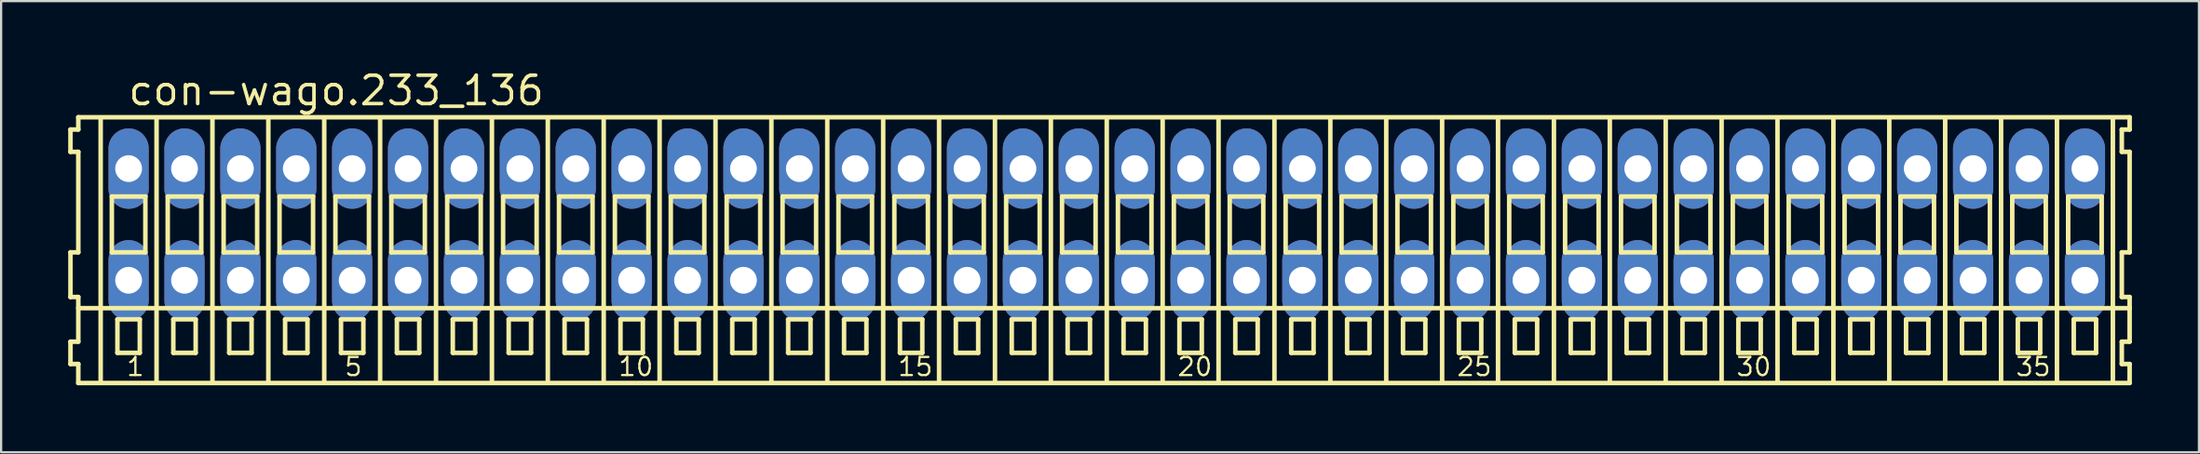
<source format=kicad_pcb>
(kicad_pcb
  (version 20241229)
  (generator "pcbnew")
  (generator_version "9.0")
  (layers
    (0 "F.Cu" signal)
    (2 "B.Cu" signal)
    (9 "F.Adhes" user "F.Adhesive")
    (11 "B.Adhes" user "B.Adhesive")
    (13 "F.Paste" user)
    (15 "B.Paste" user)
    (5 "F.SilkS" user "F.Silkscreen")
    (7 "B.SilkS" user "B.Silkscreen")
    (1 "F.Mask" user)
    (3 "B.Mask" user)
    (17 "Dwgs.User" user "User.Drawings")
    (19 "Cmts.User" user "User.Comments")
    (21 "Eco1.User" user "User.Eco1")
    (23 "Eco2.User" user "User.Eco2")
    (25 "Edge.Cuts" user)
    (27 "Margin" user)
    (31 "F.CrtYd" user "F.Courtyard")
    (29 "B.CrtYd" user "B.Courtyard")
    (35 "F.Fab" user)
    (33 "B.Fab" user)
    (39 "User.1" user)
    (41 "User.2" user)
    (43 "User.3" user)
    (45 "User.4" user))
  (footprint "con-wago.233_136"
    (layer "F.Cu")
    (at 46.452 7)
    (property "Reference" "con-wago.233_136" (at -43.85 -5.25 0) (layer "F.SilkS") (effects (font (size 1.27 1.27) (thickness 0.16)) (justify left bottom)))
    (attr through_hole)
    (fp_line (start -46.35 -4.25) (end -46.35 -3.25) (stroke (width 0.203) (type default)) (layer "F.SilkS"))
    (fp_line (start -46.35 -3.25) (end -46 -3.25) (stroke (width 0.203) (type default)) (layer "F.SilkS"))
    (fp_line (start -46.35 1.25) (end -46.35 3.25) (stroke (width 0.203) (type default)) (layer "F.SilkS"))
    (fp_line (start -46.35 3.25) (end -46 3.25) (stroke (width 0.203) (type default)) (layer "F.SilkS"))
    (fp_line (start -46.35 5.25) (end -46.35 6.25) (stroke (width 0.203) (type default)) (layer "F.SilkS"))
    (fp_line (start -46.35 6.25) (end -46 6.25) (stroke (width 0.203) (type default)) (layer "F.SilkS"))
    (fp_line (start -46 -4.8) (end -46 -4.25) (stroke (width 0.203) (type default)) (layer "F.SilkS"))
    (fp_line (start -46 -4.25) (end -46.35 -4.25) (stroke (width 0.203) (type default)) (layer "F.SilkS"))
    (fp_line (start -46 -3.25) (end -46 1.25) (stroke (width 0.203) (type default)) (layer "F.SilkS"))
    (fp_line (start -46 1.25) (end -46.35 1.25) (stroke (width 0.203) (type default)) (layer "F.SilkS"))
    (fp_line (start -46 3.25) (end -46 5.25) (stroke (width 0.203) (type default)) (layer "F.SilkS"))
    (fp_line (start -46 3.75) (end 45.75 3.75) (stroke (width 0.203) (type default)) (layer "F.SilkS"))
    (fp_line (start -46 5.25) (end -46.35 5.25) (stroke (width 0.203) (type default)) (layer "F.SilkS"))
    (fp_line (start -46 6.25) (end -46 7.1) (stroke (width 0.203) (type default)) (layer "F.SilkS"))
    (fp_line (start -46 7.1) (end 45.75 7.1) (stroke (width 0.203) (type default)) (layer "F.SilkS"))
    (fp_line (start -45 -4.75) (end -45 7) (stroke (width 0.203) (type default)) (layer "F.SilkS"))
    (fp_line (start -44.5 -1.25) (end -44.5 1.25) (stroke (width 0.203) (type default)) (layer "F.SilkS"))
    (fp_line (start -44.5 1.25) (end -43 1.25) (stroke (width 0.203) (type default)) (layer "F.SilkS"))
    (fp_line (start -44.25 4.25) (end -44.25 5.75) (stroke (width 0.203) (type default)) (layer "F.SilkS"))
    (fp_line (start -44.25 5.75) (end -43.25 5.75) (stroke (width 0.203) (type default)) (layer "F.SilkS"))
    (fp_line (start -43.25 4.25) (end -44.25 4.25) (stroke (width 0.203) (type default)) (layer "F.SilkS"))
    (fp_line (start -43.25 5.75) (end -43.25 4.25) (stroke (width 0.203) (type default)) (layer "F.SilkS"))
    (fp_line (start -43 -1.25) (end -44.5 -1.25) (stroke (width 0.203) (type default)) (layer "F.SilkS"))
    (fp_line (start -43 1.25) (end -43 -1.25) (stroke (width 0.203) (type default)) (layer "F.SilkS"))
    (fp_line (start -42.5 -4.75) (end -42.5 7) (stroke (width 0.203) (type default)) (layer "F.SilkS"))
    (fp_line (start -42 -1.25) (end -42 1.25) (stroke (width 0.203) (type default)) (layer "F.SilkS"))
    (fp_line (start -42 1.25) (end -40.5 1.25) (stroke (width 0.203) (type default)) (layer "F.SilkS"))
    (fp_line (start -41.75 4.25) (end -41.75 5.75) (stroke (width 0.203) (type default)) (layer "F.SilkS"))
    (fp_line (start -41.75 5.75) (end -40.75 5.75) (stroke (width 0.203) (type default)) (layer "F.SilkS"))
    (fp_line (start -40.75 4.25) (end -41.75 4.25) (stroke (width 0.203) (type default)) (layer "F.SilkS"))
    (fp_line (start -40.75 5.75) (end -40.75 4.25) (stroke (width 0.203) (type default)) (layer "F.SilkS"))
    (fp_line (start -40.5 -1.25) (end -42 -1.25) (stroke (width 0.203) (type default)) (layer "F.SilkS"))
    (fp_line (start -40.5 1.25) (end -40.5 -1.25) (stroke (width 0.203) (type default)) (layer "F.SilkS"))
    (fp_line (start -40 -4.75) (end -40 7) (stroke (width 0.203) (type default)) (layer "F.SilkS"))
    (fp_line (start -39.5 -1.25) (end -39.5 1.25) (stroke (width 0.203) (type default)) (layer "F.SilkS"))
    (fp_line (start -39.5 1.25) (end -38 1.25) (stroke (width 0.203) (type default)) (layer "F.SilkS"))
    (fp_line (start -39.25 4.25) (end -39.25 5.75) (stroke (width 0.203) (type default)) (layer "F.SilkS"))
    (fp_line (start -39.25 5.75) (end -38.25 5.75) (stroke (width 0.203) (type default)) (layer "F.SilkS"))
    (fp_line (start -38.25 4.25) (end -39.25 4.25) (stroke (width 0.203) (type default)) (layer "F.SilkS"))
    (fp_line (start -38.25 5.75) (end -38.25 4.25) (stroke (width 0.203) (type default)) (layer "F.SilkS"))
    (fp_line (start -38 -1.25) (end -39.5 -1.25) (stroke (width 0.203) (type default)) (layer "F.SilkS"))
    (fp_line (start -38 1.25) (end -38 -1.25) (stroke (width 0.203) (type default)) (layer "F.SilkS"))
    (fp_line (start -37.5 -4.75) (end -37.5 7) (stroke (width 0.203) (type default)) (layer "F.SilkS"))
    (fp_line (start -37 -1.25) (end -37 1.25) (stroke (width 0.203) (type default)) (layer "F.SilkS"))
    (fp_line (start -37 1.25) (end -35.5 1.25) (stroke (width 0.203) (type default)) (layer "F.SilkS"))
    (fp_line (start -36.75 4.25) (end -36.75 5.75) (stroke (width 0.203) (type default)) (layer "F.SilkS"))
    (fp_line (start -36.75 5.75) (end -35.75 5.75) (stroke (width 0.203) (type default)) (layer "F.SilkS"))
    (fp_line (start -35.75 4.25) (end -36.75 4.25) (stroke (width 0.203) (type default)) (layer "F.SilkS"))
    (fp_line (start -35.75 5.75) (end -35.75 4.25) (stroke (width 0.203) (type default)) (layer "F.SilkS"))
    (fp_line (start -35.5 -1.25) (end -37 -1.25) (stroke (width 0.203) (type default)) (layer "F.SilkS"))
    (fp_line (start -35.5 1.25) (end -35.5 -1.25) (stroke (width 0.203) (type default)) (layer "F.SilkS"))
    (fp_line (start -35 -4.75) (end -35 7) (stroke (width 0.203) (type default)) (layer "F.SilkS"))
    (fp_line (start -34.5 -1.25) (end -34.5 1.25) (stroke (width 0.203) (type default)) (layer "F.SilkS"))
    (fp_line (start -34.5 1.25) (end -33 1.25) (stroke (width 0.203) (type default)) (layer "F.SilkS"))
    (fp_line (start -34.25 4.25) (end -34.25 5.75) (stroke (width 0.203) (type default)) (layer "F.SilkS"))
    (fp_line (start -34.25 5.75) (end -33.25 5.75) (stroke (width 0.203) (type default)) (layer "F.SilkS"))
    (fp_line (start -33.25 4.25) (end -34.25 4.25) (stroke (width 0.203) (type default)) (layer "F.SilkS"))
    (fp_line (start -33.25 5.75) (end -33.25 4.25) (stroke (width 0.203) (type default)) (layer "F.SilkS"))
    (fp_line (start -33 -1.25) (end -34.5 -1.25) (stroke (width 0.203) (type default)) (layer "F.SilkS"))
    (fp_line (start -33 1.25) (end -33 -1.25) (stroke (width 0.203) (type default)) (layer "F.SilkS"))
    (fp_line (start -32.5 -4.75) (end -32.5 7) (stroke (width 0.203) (type default)) (layer "F.SilkS"))
    (fp_line (start -32 -1.25) (end -32 1.25) (stroke (width 0.203) (type default)) (layer "F.SilkS"))
    (fp_line (start -32 1.25) (end -30.5 1.25) (stroke (width 0.203) (type default)) (layer "F.SilkS"))
    (fp_line (start -31.75 4.25) (end -31.75 5.75) (stroke (width 0.203) (type default)) (layer "F.SilkS"))
    (fp_line (start -31.75 5.75) (end -30.75 5.75) (stroke (width 0.203) (type default)) (layer "F.SilkS"))
    (fp_line (start -30.75 4.25) (end -31.75 4.25) (stroke (width 0.203) (type default)) (layer "F.SilkS"))
    (fp_line (start -30.75 5.75) (end -30.75 4.25) (stroke (width 0.203) (type default)) (layer "F.SilkS"))
    (fp_line (start -30.5 -1.25) (end -32 -1.25) (stroke (width 0.203) (type default)) (layer "F.SilkS"))
    (fp_line (start -30.5 1.25) (end -30.5 -1.25) (stroke (width 0.203) (type default)) (layer "F.SilkS"))
    (fp_line (start -30 -4.75) (end -30 7) (stroke (width 0.203) (type default)) (layer "F.SilkS"))
    (fp_line (start -29.5 -1.25) (end -29.5 1.25) (stroke (width 0.203) (type default)) (layer "F.SilkS"))
    (fp_line (start -29.5 1.25) (end -28 1.25) (stroke (width 0.203) (type default)) (layer "F.SilkS"))
    (fp_line (start -29.25 4.25) (end -29.25 5.75) (stroke (width 0.203) (type default)) (layer "F.SilkS"))
    (fp_line (start -29.25 5.75) (end -28.25 5.75) (stroke (width 0.203) (type default)) (layer "F.SilkS"))
    (fp_line (start -28.25 4.25) (end -29.25 4.25) (stroke (width 0.203) (type default)) (layer "F.SilkS"))
    (fp_line (start -28.25 5.75) (end -28.25 4.25) (stroke (width 0.203) (type default)) (layer "F.SilkS"))
    (fp_line (start -28 -1.25) (end -29.5 -1.25) (stroke (width 0.203) (type default)) (layer "F.SilkS"))
    (fp_line (start -28 1.25) (end -28 -1.25) (stroke (width 0.203) (type default)) (layer "F.SilkS"))
    (fp_line (start -27.5 -4.75) (end -27.5 7) (stroke (width 0.203) (type default)) (layer "F.SilkS"))
    (fp_line (start -27 -1.25) (end -27 1.25) (stroke (width 0.203) (type default)) (layer "F.SilkS"))
    (fp_line (start -27 1.25) (end -25.5 1.25) (stroke (width 0.203) (type default)) (layer "F.SilkS"))
    (fp_line (start -26.75 4.25) (end -26.75 5.75) (stroke (width 0.203) (type default)) (layer "F.SilkS"))
    (fp_line (start -26.75 5.75) (end -25.75 5.75) (stroke (width 0.203) (type default)) (layer "F.SilkS"))
    (fp_line (start -25.75 4.25) (end -26.75 4.25) (stroke (width 0.203) (type default)) (layer "F.SilkS"))
    (fp_line (start -25.75 5.75) (end -25.75 4.25) (stroke (width 0.203) (type default)) (layer "F.SilkS"))
    (fp_line (start -25.5 -1.25) (end -27 -1.25) (stroke (width 0.203) (type default)) (layer "F.SilkS"))
    (fp_line (start -25.5 1.25) (end -25.5 -1.25) (stroke (width 0.203) (type default)) (layer "F.SilkS"))
    (fp_line (start -25 -4.75) (end -25 7) (stroke (width 0.203) (type default)) (layer "F.SilkS"))
    (fp_line (start -24.5 -1.25) (end -24.5 1.25) (stroke (width 0.203) (type default)) (layer "F.SilkS"))
    (fp_line (start -24.5 1.25) (end -23 1.25) (stroke (width 0.203) (type default)) (layer "F.SilkS"))
    (fp_line (start -24.25 4.25) (end -24.25 5.75) (stroke (width 0.203) (type default)) (layer "F.SilkS"))
    (fp_line (start -24.25 5.75) (end -23.25 5.75) (stroke (width 0.203) (type default)) (layer "F.SilkS"))
    (fp_line (start -23.25 4.25) (end -24.25 4.25) (stroke (width 0.203) (type default)) (layer "F.SilkS"))
    (fp_line (start -23.25 5.75) (end -23.25 4.25) (stroke (width 0.203) (type default)) (layer "F.SilkS"))
    (fp_line (start -23 -1.25) (end -24.5 -1.25) (stroke (width 0.203) (type default)) (layer "F.SilkS"))
    (fp_line (start -23 1.25) (end -23 -1.25) (stroke (width 0.203) (type default)) (layer "F.SilkS"))
    (fp_line (start -22.5 -4.75) (end -22.5 7) (stroke (width 0.203) (type default)) (layer "F.SilkS"))
    (fp_line (start -22 -1.25) (end -22 1.25) (stroke (width 0.203) (type default)) (layer "F.SilkS"))
    (fp_line (start -22 1.25) (end -20.5 1.25) (stroke (width 0.203) (type default)) (layer "F.SilkS"))
    (fp_line (start -21.75 4.25) (end -21.75 5.75) (stroke (width 0.203) (type default)) (layer "F.SilkS"))
    (fp_line (start -21.75 5.75) (end -20.75 5.75) (stroke (width 0.203) (type default)) (layer "F.SilkS"))
    (fp_line (start -20.75 4.25) (end -21.75 4.25) (stroke (width 0.203) (type default)) (layer "F.SilkS"))
    (fp_line (start -20.75 5.75) (end -20.75 4.25) (stroke (width 0.203) (type default)) (layer "F.SilkS"))
    (fp_line (start -20.5 -1.25) (end -22 -1.25) (stroke (width 0.203) (type default)) (layer "F.SilkS"))
    (fp_line (start -20.5 1.25) (end -20.5 -1.25) (stroke (width 0.203) (type default)) (layer "F.SilkS"))
    (fp_line (start -20 -4.75) (end -20 7) (stroke (width 0.203) (type default)) (layer "F.SilkS"))
    (fp_line (start -19.5 -1.25) (end -19.5 1.25) (stroke (width 0.203) (type default)) (layer "F.SilkS"))
    (fp_line (start -19.5 1.25) (end -18 1.25) (stroke (width 0.203) (type default)) (layer "F.SilkS"))
    (fp_line (start -19.25 4.25) (end -19.25 5.75) (stroke (width 0.203) (type default)) (layer "F.SilkS"))
    (fp_line (start -19.25 5.75) (end -18.25 5.75) (stroke (width 0.203) (type default)) (layer "F.SilkS"))
    (fp_line (start -18.25 4.25) (end -19.25 4.25) (stroke (width 0.203) (type default)) (layer "F.SilkS"))
    (fp_line (start -18.25 5.75) (end -18.25 4.25) (stroke (width 0.203) (type default)) (layer "F.SilkS"))
    (fp_line (start -18 -1.25) (end -19.5 -1.25) (stroke (width 0.203) (type default)) (layer "F.SilkS"))
    (fp_line (start -18 1.25) (end -18 -1.25) (stroke (width 0.203) (type default)) (layer "F.SilkS"))
    (fp_line (start -17.5 -4.75) (end -17.5 7) (stroke (width 0.203) (type default)) (layer "F.SilkS"))
    (fp_line (start -17 -1.25) (end -17 1.25) (stroke (width 0.203) (type default)) (layer "F.SilkS"))
    (fp_line (start -17 1.25) (end -15.5 1.25) (stroke (width 0.203) (type default)) (layer "F.SilkS"))
    (fp_line (start -16.75 4.25) (end -16.75 5.75) (stroke (width 0.203) (type default)) (layer "F.SilkS"))
    (fp_line (start -16.75 5.75) (end -15.75 5.75) (stroke (width 0.203) (type default)) (layer "F.SilkS"))
    (fp_line (start -15.75 4.25) (end -16.75 4.25) (stroke (width 0.203) (type default)) (layer "F.SilkS"))
    (fp_line (start -15.75 5.75) (end -15.75 4.25) (stroke (width 0.203) (type default)) (layer "F.SilkS"))
    (fp_line (start -15.5 -1.25) (end -17 -1.25) (stroke (width 0.203) (type default)) (layer "F.SilkS"))
    (fp_line (start -15.5 1.25) (end -15.5 -1.25) (stroke (width 0.203) (type default)) (layer "F.SilkS"))
    (fp_line (start -15 -4.75) (end -15 7) (stroke (width 0.203) (type default)) (layer "F.SilkS"))
    (fp_line (start -14.5 -1.25) (end -14.5 1.25) (stroke (width 0.203) (type default)) (layer "F.SilkS"))
    (fp_line (start -14.5 1.25) (end -13 1.25) (stroke (width 0.203) (type default)) (layer "F.SilkS"))
    (fp_line (start -14.25 4.25) (end -14.25 5.75) (stroke (width 0.203) (type default)) (layer "F.SilkS"))
    (fp_line (start -14.25 5.75) (end -13.25 5.75) (stroke (width 0.203) (type default)) (layer "F.SilkS"))
    (fp_line (start -13.25 4.25) (end -14.25 4.25) (stroke (width 0.203) (type default)) (layer "F.SilkS"))
    (fp_line (start -13.25 5.75) (end -13.25 4.25) (stroke (width 0.203) (type default)) (layer "F.SilkS"))
    (fp_line (start -13 -1.25) (end -14.5 -1.25) (stroke (width 0.203) (type default)) (layer "F.SilkS"))
    (fp_line (start -13 1.25) (end -13 -1.25) (stroke (width 0.203) (type default)) (layer "F.SilkS"))
    (fp_line (start -12.5 -4.75) (end -12.5 7) (stroke (width 0.203) (type default)) (layer "F.SilkS"))
    (fp_line (start -12 -1.25) (end -12 1.25) (stroke (width 0.203) (type default)) (layer "F.SilkS"))
    (fp_line (start -12 1.25) (end -10.5 1.25) (stroke (width 0.203) (type default)) (layer "F.SilkS"))
    (fp_line (start -11.75 4.25) (end -11.75 5.75) (stroke (width 0.203) (type default)) (layer "F.SilkS"))
    (fp_line (start -11.75 5.75) (end -10.75 5.75) (stroke (width 0.203) (type default)) (layer "F.SilkS"))
    (fp_line (start -10.75 4.25) (end -11.75 4.25) (stroke (width 0.203) (type default)) (layer "F.SilkS"))
    (fp_line (start -10.75 5.75) (end -10.75 4.25) (stroke (width 0.203) (type default)) (layer "F.SilkS"))
    (fp_line (start -10.5 -1.25) (end -12 -1.25) (stroke (width 0.203) (type default)) (layer "F.SilkS"))
    (fp_line (start -10.5 1.25) (end -10.5 -1.25) (stroke (width 0.203) (type default)) (layer "F.SilkS"))
    (fp_line (start -10 -4.75) (end -10 7) (stroke (width 0.203) (type default)) (layer "F.SilkS"))
    (fp_line (start -9.5 -1.25) (end -9.5 1.25) (stroke (width 0.203) (type default)) (layer "F.SilkS"))
    (fp_line (start -9.5 1.25) (end -8 1.25) (stroke (width 0.203) (type default)) (layer "F.SilkS"))
    (fp_line (start -9.25 4.25) (end -9.25 5.75) (stroke (width 0.203) (type default)) (layer "F.SilkS"))
    (fp_line (start -9.25 5.75) (end -8.25 5.75) (stroke (width 0.203) (type default)) (layer "F.SilkS"))
    (fp_line (start -8.25 4.25) (end -9.25 4.25) (stroke (width 0.203) (type default)) (layer "F.SilkS"))
    (fp_line (start -8.25 5.75) (end -8.25 4.25) (stroke (width 0.203) (type default)) (layer "F.SilkS"))
    (fp_line (start -8 -1.25) (end -9.5 -1.25) (stroke (width 0.203) (type default)) (layer "F.SilkS"))
    (fp_line (start -8 1.25) (end -8 -1.25) (stroke (width 0.203) (type default)) (layer "F.SilkS"))
    (fp_line (start -7.5 -4.75) (end -7.5 7) (stroke (width 0.203) (type default)) (layer "F.SilkS"))
    (fp_line (start -7 -1.25) (end -7 1.25) (stroke (width 0.203) (type default)) (layer "F.SilkS"))
    (fp_line (start -7 1.25) (end -5.5 1.25) (stroke (width 0.203) (type default)) (layer "F.SilkS"))
    (fp_line (start -6.75 4.25) (end -6.75 5.75) (stroke (width 0.203) (type default)) (layer "F.SilkS"))
    (fp_line (start -6.75 5.75) (end -5.75 5.75) (stroke (width 0.203) (type default)) (layer "F.SilkS"))
    (fp_line (start -5.75 4.25) (end -6.75 4.25) (stroke (width 0.203) (type default)) (layer "F.SilkS"))
    (fp_line (start -5.75 5.75) (end -5.75 4.25) (stroke (width 0.203) (type default)) (layer "F.SilkS"))
    (fp_line (start -5.5 -1.25) (end -7 -1.25) (stroke (width 0.203) (type default)) (layer "F.SilkS"))
    (fp_line (start -5.5 1.25) (end -5.5 -1.25) (stroke (width 0.203) (type default)) (layer "F.SilkS"))
    (fp_line (start -5 -4.75) (end -5 7) (stroke (width 0.203) (type default)) (layer "F.SilkS"))
    (fp_line (start -4.5 -1.25) (end -4.5 1.25) (stroke (width 0.203) (type default)) (layer "F.SilkS"))
    (fp_line (start -4.5 1.25) (end -3 1.25) (stroke (width 0.203) (type default)) (layer "F.SilkS"))
    (fp_line (start -4.25 4.25) (end -4.25 5.75) (stroke (width 0.203) (type default)) (layer "F.SilkS"))
    (fp_line (start -4.25 5.75) (end -3.25 5.75) (stroke (width 0.203) (type default)) (layer "F.SilkS"))
    (fp_line (start -3.25 4.25) (end -4.25 4.25) (stroke (width 0.203) (type default)) (layer "F.SilkS"))
    (fp_line (start -3.25 5.75) (end -3.25 4.25) (stroke (width 0.203) (type default)) (layer "F.SilkS"))
    (fp_line (start -3 -1.25) (end -4.5 -1.25) (stroke (width 0.203) (type default)) (layer "F.SilkS"))
    (fp_line (start -3 1.25) (end -3 -1.25) (stroke (width 0.203) (type default)) (layer "F.SilkS"))
    (fp_line (start -2.5 -4.75) (end -2.5 7) (stroke (width 0.203) (type default)) (layer "F.SilkS"))
    (fp_line (start -2 -1.25) (end -2 1.25) (stroke (width 0.203) (type default)) (layer "F.SilkS"))
    (fp_line (start -2 1.25) (end -0.5 1.25) (stroke (width 0.203) (type default)) (layer "F.SilkS"))
    (fp_line (start -1.75 4.25) (end -1.75 5.75) (stroke (width 0.203) (type default)) (layer "F.SilkS"))
    (fp_line (start -1.75 5.75) (end -0.75 5.75) (stroke (width 0.203) (type default)) (layer "F.SilkS"))
    (fp_line (start -0.75 4.25) (end -1.75 4.25) (stroke (width 0.203) (type default)) (layer "F.SilkS"))
    (fp_line (start -0.75 5.75) (end -0.75 4.25) (stroke (width 0.203) (type default)) (layer "F.SilkS"))
    (fp_line (start -0.5 -1.25) (end -2 -1.25) (stroke (width 0.203) (type default)) (layer "F.SilkS"))
    (fp_line (start -0.5 1.25) (end -0.5 -1.25) (stroke (width 0.203) (type default)) (layer "F.SilkS"))
    (fp_line (start 0 -4.75) (end 0 7) (stroke (width 0.203) (type default)) (layer "F.SilkS"))
    (fp_line (start 0.5 -1.25) (end 0.5 1.25) (stroke (width 0.203) (type default)) (layer "F.SilkS"))
    (fp_line (start 0.5 1.25) (end 2 1.25) (stroke (width 0.203) (type default)) (layer "F.SilkS"))
    (fp_line (start 0.75 4.25) (end 0.75 5.75) (stroke (width 0.203) (type default)) (layer "F.SilkS"))
    (fp_line (start 0.75 5.75) (end 1.75 5.75) (stroke (width 0.203) (type default)) (layer "F.SilkS"))
    (fp_line (start 1.75 4.25) (end 0.75 4.25) (stroke (width 0.203) (type default)) (layer "F.SilkS"))
    (fp_line (start 1.75 5.75) (end 1.75 4.25) (stroke (width 0.203) (type default)) (layer "F.SilkS"))
    (fp_line (start 2 -1.25) (end 0.5 -1.25) (stroke (width 0.203) (type default)) (layer "F.SilkS"))
    (fp_line (start 2 1.25) (end 2 -1.25) (stroke (width 0.203) (type default)) (layer "F.SilkS"))
    (fp_line (start 2.5 -4.75) (end 2.5 7) (stroke (width 0.203) (type default)) (layer "F.SilkS"))
    (fp_line (start 3 -1.25) (end 3 1.25) (stroke (width 0.203) (type default)) (layer "F.SilkS"))
    (fp_line (start 3 1.25) (end 4.5 1.25) (stroke (width 0.203) (type default)) (layer "F.SilkS"))
    (fp_line (start 3.25 4.25) (end 3.25 5.75) (stroke (width 0.203) (type default)) (layer "F.SilkS"))
    (fp_line (start 3.25 5.75) (end 4.25 5.75) (stroke (width 0.203) (type default)) (layer "F.SilkS"))
    (fp_line (start 4.25 4.25) (end 3.25 4.25) (stroke (width 0.203) (type default)) (layer "F.SilkS"))
    (fp_line (start 4.25 5.75) (end 4.25 4.25) (stroke (width 0.203) (type default)) (layer "F.SilkS"))
    (fp_line (start 4.5 -1.25) (end 3 -1.25) (stroke (width 0.203) (type default)) (layer "F.SilkS"))
    (fp_line (start 4.5 1.25) (end 4.5 -1.25) (stroke (width 0.203) (type default)) (layer "F.SilkS"))
    (fp_line (start 5 -4.75) (end 5 7) (stroke (width 0.203) (type default)) (layer "F.SilkS"))
    (fp_line (start 5.5 -1.25) (end 5.5 1.25) (stroke (width 0.203) (type default)) (layer "F.SilkS"))
    (fp_line (start 5.5 1.25) (end 7 1.25) (stroke (width 0.203) (type default)) (layer "F.SilkS"))
    (fp_line (start 5.75 4.25) (end 5.75 5.75) (stroke (width 0.203) (type default)) (layer "F.SilkS"))
    (fp_line (start 5.75 5.75) (end 6.75 5.75) (stroke (width 0.203) (type default)) (layer "F.SilkS"))
    (fp_line (start 6.75 4.25) (end 5.75 4.25) (stroke (width 0.203) (type default)) (layer "F.SilkS"))
    (fp_line (start 6.75 5.75) (end 6.75 4.25) (stroke (width 0.203) (type default)) (layer "F.SilkS"))
    (fp_line (start 7 -1.25) (end 5.5 -1.25) (stroke (width 0.203) (type default)) (layer "F.SilkS"))
    (fp_line (start 7 1.25) (end 7 -1.25) (stroke (width 0.203) (type default)) (layer "F.SilkS"))
    (fp_line (start 7.5 -4.75) (end 7.5 7) (stroke (width 0.203) (type default)) (layer "F.SilkS"))
    (fp_line (start 8 -1.25) (end 8 1.25) (stroke (width 0.203) (type default)) (layer "F.SilkS"))
    (fp_line (start 8 1.25) (end 9.5 1.25) (stroke (width 0.203) (type default)) (layer "F.SilkS"))
    (fp_line (start 8.25 4.25) (end 8.25 5.75) (stroke (width 0.203) (type default)) (layer "F.SilkS"))
    (fp_line (start 8.25 5.75) (end 9.25 5.75) (stroke (width 0.203) (type default)) (layer "F.SilkS"))
    (fp_line (start 9.25 4.25) (end 8.25 4.25) (stroke (width 0.203) (type default)) (layer "F.SilkS"))
    (fp_line (start 9.25 5.75) (end 9.25 4.25) (stroke (width 0.203) (type default)) (layer "F.SilkS"))
    (fp_line (start 9.5 -1.25) (end 8 -1.25) (stroke (width 0.203) (type default)) (layer "F.SilkS"))
    (fp_line (start 9.5 1.25) (end 9.5 -1.25) (stroke (width 0.203) (type default)) (layer "F.SilkS"))
    (fp_line (start 10 -4.75) (end 10 7) (stroke (width 0.203) (type default)) (layer "F.SilkS"))
    (fp_line (start 10.5 -1.25) (end 10.5 1.25) (stroke (width 0.203) (type default)) (layer "F.SilkS"))
    (fp_line (start 10.5 1.25) (end 12 1.25) (stroke (width 0.203) (type default)) (layer "F.SilkS"))
    (fp_line (start 10.75 4.25) (end 10.75 5.75) (stroke (width 0.203) (type default)) (layer "F.SilkS"))
    (fp_line (start 10.75 5.75) (end 11.75 5.75) (stroke (width 0.203) (type default)) (layer "F.SilkS"))
    (fp_line (start 11.75 4.25) (end 10.75 4.25) (stroke (width 0.203) (type default)) (layer "F.SilkS"))
    (fp_line (start 11.75 5.75) (end 11.75 4.25) (stroke (width 0.203) (type default)) (layer "F.SilkS"))
    (fp_line (start 12 -1.25) (end 10.5 -1.25) (stroke (width 0.203) (type default)) (layer "F.SilkS"))
    (fp_line (start 12 1.25) (end 12 -1.25) (stroke (width 0.203) (type default)) (layer "F.SilkS"))
    (fp_line (start 12.5 -4.75) (end 12.5 7) (stroke (width 0.203) (type default)) (layer "F.SilkS"))
    (fp_line (start 13 -1.25) (end 13 1.25) (stroke (width 0.203) (type default)) (layer "F.SilkS"))
    (fp_line (start 13 1.25) (end 14.5 1.25) (stroke (width 0.203) (type default)) (layer "F.SilkS"))
    (fp_line (start 13.25 4.25) (end 13.25 5.75) (stroke (width 0.203) (type default)) (layer "F.SilkS"))
    (fp_line (start 13.25 5.75) (end 14.25 5.75) (stroke (width 0.203) (type default)) (layer "F.SilkS"))
    (fp_line (start 14.25 4.25) (end 13.25 4.25) (stroke (width 0.203) (type default)) (layer "F.SilkS"))
    (fp_line (start 14.25 5.75) (end 14.25 4.25) (stroke (width 0.203) (type default)) (layer "F.SilkS"))
    (fp_line (start 14.5 -1.25) (end 13 -1.25) (stroke (width 0.203) (type default)) (layer "F.SilkS"))
    (fp_line (start 14.5 1.25) (end 14.5 -1.25) (stroke (width 0.203) (type default)) (layer "F.SilkS"))
    (fp_line (start 15 -4.75) (end 15 7) (stroke (width 0.203) (type default)) (layer "F.SilkS"))
    (fp_line (start 15.5 -1.25) (end 15.5 1.25) (stroke (width 0.203) (type default)) (layer "F.SilkS"))
    (fp_line (start 15.5 1.25) (end 17 1.25) (stroke (width 0.203) (type default)) (layer "F.SilkS"))
    (fp_line (start 15.75 4.25) (end 15.75 5.75) (stroke (width 0.203) (type default)) (layer "F.SilkS"))
    (fp_line (start 15.75 5.75) (end 16.75 5.75) (stroke (width 0.203) (type default)) (layer "F.SilkS"))
    (fp_line (start 16.75 4.25) (end 15.75 4.25) (stroke (width 0.203) (type default)) (layer "F.SilkS"))
    (fp_line (start 16.75 5.75) (end 16.75 4.25) (stroke (width 0.203) (type default)) (layer "F.SilkS"))
    (fp_line (start 17 -1.25) (end 15.5 -1.25) (stroke (width 0.203) (type default)) (layer "F.SilkS"))
    (fp_line (start 17 1.25) (end 17 -1.25) (stroke (width 0.203) (type default)) (layer "F.SilkS"))
    (fp_line (start 17.5 -4.75) (end 17.5 7) (stroke (width 0.203) (type default)) (layer "F.SilkS"))
    (fp_line (start 18 -1.25) (end 18 1.25) (stroke (width 0.203) (type default)) (layer "F.SilkS"))
    (fp_line (start 18 1.25) (end 19.5 1.25) (stroke (width 0.203) (type default)) (layer "F.SilkS"))
    (fp_line (start 18.25 4.25) (end 18.25 5.75) (stroke (width 0.203) (type default)) (layer "F.SilkS"))
    (fp_line (start 18.25 5.75) (end 19.25 5.75) (stroke (width 0.203) (type default)) (layer "F.SilkS"))
    (fp_line (start 19.25 4.25) (end 18.25 4.25) (stroke (width 0.203) (type default)) (layer "F.SilkS"))
    (fp_line (start 19.25 5.75) (end 19.25 4.25) (stroke (width 0.203) (type default)) (layer "F.SilkS"))
    (fp_line (start 19.5 -1.25) (end 18 -1.25) (stroke (width 0.203) (type default)) (layer "F.SilkS"))
    (fp_line (start 19.5 1.25) (end 19.5 -1.25) (stroke (width 0.203) (type default)) (layer "F.SilkS"))
    (fp_line (start 20 -4.75) (end 20 7) (stroke (width 0.203) (type default)) (layer "F.SilkS"))
    (fp_line (start 20.5 -1.25) (end 20.5 1.25) (stroke (width 0.203) (type default)) (layer "F.SilkS"))
    (fp_line (start 20.5 1.25) (end 22 1.25) (stroke (width 0.203) (type default)) (layer "F.SilkS"))
    (fp_line (start 20.75 4.25) (end 20.75 5.75) (stroke (width 0.203) (type default)) (layer "F.SilkS"))
    (fp_line (start 20.75 5.75) (end 21.75 5.75) (stroke (width 0.203) (type default)) (layer "F.SilkS"))
    (fp_line (start 21.75 4.25) (end 20.75 4.25) (stroke (width 0.203) (type default)) (layer "F.SilkS"))
    (fp_line (start 21.75 5.75) (end 21.75 4.25) (stroke (width 0.203) (type default)) (layer "F.SilkS"))
    (fp_line (start 22 -1.25) (end 20.5 -1.25) (stroke (width 0.203) (type default)) (layer "F.SilkS"))
    (fp_line (start 22 1.25) (end 22 -1.25) (stroke (width 0.203) (type default)) (layer "F.SilkS"))
    (fp_line (start 22.5 -4.75) (end 22.5 7) (stroke (width 0.203) (type default)) (layer "F.SilkS"))
    (fp_line (start 23 -1.25) (end 23 1.25) (stroke (width 0.203) (type default)) (layer "F.SilkS"))
    (fp_line (start 23 1.25) (end 24.5 1.25) (stroke (width 0.203) (type default)) (layer "F.SilkS"))
    (fp_line (start 23.25 4.25) (end 23.25 5.75) (stroke (width 0.203) (type default)) (layer "F.SilkS"))
    (fp_line (start 23.25 5.75) (end 24.25 5.75) (stroke (width 0.203) (type default)) (layer "F.SilkS"))
    (fp_line (start 24.25 4.25) (end 23.25 4.25) (stroke (width 0.203) (type default)) (layer "F.SilkS"))
    (fp_line (start 24.25 5.75) (end 24.25 4.25) (stroke (width 0.203) (type default)) (layer "F.SilkS"))
    (fp_line (start 24.5 -1.25) (end 23 -1.25) (stroke (width 0.203) (type default)) (layer "F.SilkS"))
    (fp_line (start 24.5 1.25) (end 24.5 -1.25) (stroke (width 0.203) (type default)) (layer "F.SilkS"))
    (fp_line (start 25 -4.75) (end 25 7) (stroke (width 0.203) (type default)) (layer "F.SilkS"))
    (fp_line (start 25.5 -1.25) (end 25.5 1.25) (stroke (width 0.203) (type default)) (layer "F.SilkS"))
    (fp_line (start 25.5 1.25) (end 27 1.25) (stroke (width 0.203) (type default)) (layer "F.SilkS"))
    (fp_line (start 25.75 4.25) (end 25.75 5.75) (stroke (width 0.203) (type default)) (layer "F.SilkS"))
    (fp_line (start 25.75 5.75) (end 26.75 5.75) (stroke (width 0.203) (type default)) (layer "F.SilkS"))
    (fp_line (start 26.75 4.25) (end 25.75 4.25) (stroke (width 0.203) (type default)) (layer "F.SilkS"))
    (fp_line (start 26.75 5.75) (end 26.75 4.25) (stroke (width 0.203) (type default)) (layer "F.SilkS"))
    (fp_line (start 27 -1.25) (end 25.5 -1.25) (stroke (width 0.203) (type default)) (layer "F.SilkS"))
    (fp_line (start 27 1.25) (end 27 -1.25) (stroke (width 0.203) (type default)) (layer "F.SilkS"))
    (fp_line (start 27.5 -4.75) (end 27.5 7) (stroke (width 0.203) (type default)) (layer "F.SilkS"))
    (fp_line (start 28 -1.25) (end 28 1.25) (stroke (width 0.203) (type default)) (layer "F.SilkS"))
    (fp_line (start 28 1.25) (end 29.5 1.25) (stroke (width 0.203) (type default)) (layer "F.SilkS"))
    (fp_line (start 28.25 4.25) (end 28.25 5.75) (stroke (width 0.203) (type default)) (layer "F.SilkS"))
    (fp_line (start 28.25 5.75) (end 29.25 5.75) (stroke (width 0.203) (type default)) (layer "F.SilkS"))
    (fp_line (start 29.25 4.25) (end 28.25 4.25) (stroke (width 0.203) (type default)) (layer "F.SilkS"))
    (fp_line (start 29.25 5.75) (end 29.25 4.25) (stroke (width 0.203) (type default)) (layer "F.SilkS"))
    (fp_line (start 29.5 -1.25) (end 28 -1.25) (stroke (width 0.203) (type default)) (layer "F.SilkS"))
    (fp_line (start 29.5 1.25) (end 29.5 -1.25) (stroke (width 0.203) (type default)) (layer "F.SilkS"))
    (fp_line (start 30 -4.75) (end 30 7) (stroke (width 0.203) (type default)) (layer "F.SilkS"))
    (fp_line (start 30.5 -1.25) (end 30.5 1.25) (stroke (width 0.203) (type default)) (layer "F.SilkS"))
    (fp_line (start 30.5 1.25) (end 32 1.25) (stroke (width 0.203) (type default)) (layer "F.SilkS"))
    (fp_line (start 30.75 4.25) (end 30.75 5.75) (stroke (width 0.203) (type default)) (layer "F.SilkS"))
    (fp_line (start 30.75 5.75) (end 31.75 5.75) (stroke (width 0.203) (type default)) (layer "F.SilkS"))
    (fp_line (start 31.75 4.25) (end 30.75 4.25) (stroke (width 0.203) (type default)) (layer "F.SilkS"))
    (fp_line (start 31.75 5.75) (end 31.75 4.25) (stroke (width 0.203) (type default)) (layer "F.SilkS"))
    (fp_line (start 32 -1.25) (end 30.5 -1.25) (stroke (width 0.203) (type default)) (layer "F.SilkS"))
    (fp_line (start 32 1.25) (end 32 -1.25) (stroke (width 0.203) (type default)) (layer "F.SilkS"))
    (fp_line (start 32.5 -4.75) (end 32.5 7) (stroke (width 0.203) (type default)) (layer "F.SilkS"))
    (fp_line (start 33 -1.25) (end 33 1.25) (stroke (width 0.203) (type default)) (layer "F.SilkS"))
    (fp_line (start 33 1.25) (end 34.5 1.25) (stroke (width 0.203) (type default)) (layer "F.SilkS"))
    (fp_line (start 33.25 4.25) (end 33.25 5.75) (stroke (width 0.203) (type default)) (layer "F.SilkS"))
    (fp_line (start 33.25 5.75) (end 34.25 5.75) (stroke (width 0.203) (type default)) (layer "F.SilkS"))
    (fp_line (start 34.25 4.25) (end 33.25 4.25) (stroke (width 0.203) (type default)) (layer "F.SilkS"))
    (fp_line (start 34.25 5.75) (end 34.25 4.25) (stroke (width 0.203) (type default)) (layer "F.SilkS"))
    (fp_line (start 34.5 -1.25) (end 33 -1.25) (stroke (width 0.203) (type default)) (layer "F.SilkS"))
    (fp_line (start 34.5 1.25) (end 34.5 -1.25) (stroke (width 0.203) (type default)) (layer "F.SilkS"))
    (fp_line (start 35 -4.75) (end 35 7) (stroke (width 0.203) (type default)) (layer "F.SilkS"))
    (fp_line (start 35.5 -1.25) (end 35.5 1.25) (stroke (width 0.203) (type default)) (layer "F.SilkS"))
    (fp_line (start 35.5 1.25) (end 37 1.25) (stroke (width 0.203) (type default)) (layer "F.SilkS"))
    (fp_line (start 35.75 4.25) (end 35.75 5.75) (stroke (width 0.203) (type default)) (layer "F.SilkS"))
    (fp_line (start 35.75 5.75) (end 36.75 5.75) (stroke (width 0.203) (type default)) (layer "F.SilkS"))
    (fp_line (start 36.75 4.25) (end 35.75 4.25) (stroke (width 0.203) (type default)) (layer "F.SilkS"))
    (fp_line (start 36.75 5.75) (end 36.75 4.25) (stroke (width 0.203) (type default)) (layer "F.SilkS"))
    (fp_line (start 37 -1.25) (end 35.5 -1.25) (stroke (width 0.203) (type default)) (layer "F.SilkS"))
    (fp_line (start 37 1.25) (end 37 -1.25) (stroke (width 0.203) (type default)) (layer "F.SilkS"))
    (fp_line (start 37.5 -4.75) (end 37.5 7) (stroke (width 0.203) (type default)) (layer "F.SilkS"))
    (fp_line (start 38 -1.25) (end 38 1.25) (stroke (width 0.203) (type default)) (layer "F.SilkS"))
    (fp_line (start 38 1.25) (end 39.5 1.25) (stroke (width 0.203) (type default)) (layer "F.SilkS"))
    (fp_line (start 38.25 4.25) (end 38.25 5.75) (stroke (width 0.203) (type default)) (layer "F.SilkS"))
    (fp_line (start 38.25 5.75) (end 39.25 5.75) (stroke (width 0.203) (type default)) (layer "F.SilkS"))
    (fp_line (start 39.25 4.25) (end 38.25 4.25) (stroke (width 0.203) (type default)) (layer "F.SilkS"))
    (fp_line (start 39.25 5.75) (end 39.25 4.25) (stroke (width 0.203) (type default)) (layer "F.SilkS"))
    (fp_line (start 39.5 -1.25) (end 38 -1.25) (stroke (width 0.203) (type default)) (layer "F.SilkS"))
    (fp_line (start 39.5 1.25) (end 39.5 -1.25) (stroke (width 0.203) (type default)) (layer "F.SilkS"))
    (fp_line (start 40 -4.75) (end 40 7) (stroke (width 0.203) (type default)) (layer "F.SilkS"))
    (fp_line (start 40.5 -1.25) (end 40.5 1.25) (stroke (width 0.203) (type default)) (layer "F.SilkS"))
    (fp_line (start 40.5 1.25) (end 42 1.25) (stroke (width 0.203) (type default)) (layer "F.SilkS"))
    (fp_line (start 40.75 4.25) (end 40.75 5.75) (stroke (width 0.203) (type default)) (layer "F.SilkS"))
    (fp_line (start 40.75 5.75) (end 41.75 5.75) (stroke (width 0.203) (type default)) (layer "F.SilkS"))
    (fp_line (start 41.75 4.25) (end 40.75 4.25) (stroke (width 0.203) (type default)) (layer "F.SilkS"))
    (fp_line (start 41.75 5.75) (end 41.75 4.25) (stroke (width 0.203) (type default)) (layer "F.SilkS"))
    (fp_line (start 42 -1.25) (end 40.5 -1.25) (stroke (width 0.203) (type default)) (layer "F.SilkS"))
    (fp_line (start 42 1.25) (end 42 -1.25) (stroke (width 0.203) (type default)) (layer "F.SilkS"))
    (fp_line (start 42.5 -4.75) (end 42.5 7) (stroke (width 0.203) (type default)) (layer "F.SilkS"))
    (fp_line (start 43 -1.25) (end 43 1.25) (stroke (width 0.203) (type default)) (layer "F.SilkS"))
    (fp_line (start 43 1.25) (end 44.5 1.25) (stroke (width 0.203) (type default)) (layer "F.SilkS"))
    (fp_line (start 43.25 4.25) (end 43.25 5.75) (stroke (width 0.203) (type default)) (layer "F.SilkS"))
    (fp_line (start 43.25 5.75) (end 44.25 5.75) (stroke (width 0.203) (type default)) (layer "F.SilkS"))
    (fp_line (start 44.25 4.25) (end 43.25 4.25) (stroke (width 0.203) (type default)) (layer "F.SilkS"))
    (fp_line (start 44.25 5.75) (end 44.25 4.25) (stroke (width 0.203) (type default)) (layer "F.SilkS"))
    (fp_line (start 44.5 -1.25) (end 43 -1.25) (stroke (width 0.203) (type default)) (layer "F.SilkS"))
    (fp_line (start 44.5 1.25) (end 44.5 -1.25) (stroke (width 0.203) (type default)) (layer "F.SilkS"))
    (fp_line (start 45 -4.75) (end 45 7) (stroke (width 0.203) (type default)) (layer "F.SilkS"))
    (fp_line (start 45.4 -4.25) (end 45.4 -3.25) (stroke (width 0.203) (type default)) (layer "F.SilkS"))
    (fp_line (start 45.4 -3.25) (end 45.75 -3.25) (stroke (width 0.203) (type default)) (layer "F.SilkS"))
    (fp_line (start 45.4 1.25) (end 45.4 3.25) (stroke (width 0.203) (type default)) (layer "F.SilkS"))
    (fp_line (start 45.4 3.25) (end 45.75 3.25) (stroke (width 0.203) (type default)) (layer "F.SilkS"))
    (fp_line (start 45.4 5.25) (end 45.4 6.25) (stroke (width 0.203) (type default)) (layer "F.SilkS"))
    (fp_line (start 45.4 6.25) (end 45.75 6.25) (stroke (width 0.203) (type default)) (layer "F.SilkS"))
    (fp_line (start 45.75 -4.8) (end -46 -4.8) (stroke (width 0.203) (type default)) (layer "F.SilkS"))
    (fp_line (start 45.75 -4.25) (end 45.4 -4.25) (stroke (width 0.203) (type default)) (layer "F.SilkS"))
    (fp_line (start 45.75 -4.25) (end 45.75 -4.8) (stroke (width 0.203) (type default)) (layer "F.SilkS"))
    (fp_line (start 45.75 1.25) (end 45.4 1.25) (stroke (width 0.203) (type default)) (layer "F.SilkS"))
    (fp_line (start 45.75 1.25) (end 45.75 -3.25) (stroke (width 0.203) (type default)) (layer "F.SilkS"))
    (fp_line (start 45.75 3.75) (end 45.75 3.25) (stroke (width 0.203) (type default)) (layer "F.SilkS"))
    (fp_line (start 45.75 5.25) (end 45.4 5.25) (stroke (width 0.203) (type default)) (layer "F.SilkS"))
    (fp_line (start 45.75 5.25) (end 45.75 3.75) (stroke (width 0.203) (type default)) (layer "F.SilkS"))
    (fp_line (start 45.75 7.1) (end 45.75 6.25) (stroke (width 0.203) (type default)) (layer "F.SilkS"))
    (fp_text user "15" (at -9.4 6.85 0) (layer "F.SilkS") (effects (font (size 0.813 0.813) (thickness 0.1)) (justify left bottom)))
    (fp_text user "20" (at 3.1 6.85 0) (layer "F.SilkS") (effects (font (size 0.813 0.813) (thickness 0.1)) (justify left bottom)))
    (fp_text user "1" (at -43.9 6.85 0) (layer "F.SilkS") (effects (font (size 0.813 0.813) (thickness 0.1)) (justify left bottom)))
    (fp_text user "30" (at 28.1 6.85 0) (layer "F.SilkS") (effects (font (size 0.813 0.813) (thickness 0.1)) (justify left bottom)))
    (fp_text user "35" (at 40.6 6.85 0) (layer "F.SilkS") (effects (font (size 0.813 0.813) (thickness 0.1)) (justify left bottom)))
    (fp_text user "10" (at -21.9 6.85 0) (layer "F.SilkS") (effects (font (size 0.813 0.813) (thickness 0.1)) (justify left bottom)))
    (fp_text user "5" (at -34.15 6.85 0) (layer "F.SilkS") (effects (font (size 0.813 0.813) (thickness 0.1)) (justify left bottom)))
    (fp_text user "25" (at 15.6 6.85 0) (layer "F.SilkS") (effects (font (size 0.813 0.813) (thickness 0.1)) (justify left bottom)))
    (pad "A1" thru_hole oval (at -43.75 -2.5 90) (size 3.6 1.8) (drill 1.2) (layers "*.Cu" "*.Mask"))
    (pad "A2" thru_hole oval (at -41.25 -2.5 90) (size 3.6 1.8) (drill 1.2) (layers "*.Cu" "*.Mask"))
    (pad "A3" thru_hole oval (at -38.75 -2.5 90) (size 3.6 1.8) (drill 1.2) (layers "*.Cu" "*.Mask"))
    (pad "A4" thru_hole oval (at -36.25 -2.5 90) (size 3.6 1.8) (drill 1.2) (layers "*.Cu" "*.Mask"))
    (pad "A5" thru_hole oval (at -33.75 -2.5 90) (size 3.6 1.8) (drill 1.2) (layers "*.Cu" "*.Mask"))
    (pad "A6" thru_hole oval (at -31.25 -2.5 90) (size 3.6 1.8) (drill 1.2) (layers "*.Cu" "*.Mask"))
    (pad "A7" thru_hole oval (at -28.75 -2.5 90) (size 3.6 1.8) (drill 1.2) (layers "*.Cu" "*.Mask"))
    (pad "A8" thru_hole oval (at -26.25 -2.5 90) (size 3.6 1.8) (drill 1.2) (layers "*.Cu" "*.Mask"))
    (pad "A9" thru_hole oval (at -23.75 -2.5 90) (size 3.6 1.8) (drill 1.2) (layers "*.Cu" "*.Mask"))
    (pad "A10" thru_hole oval (at -21.25 -2.5 90) (size 3.6 1.8) (drill 1.2) (layers "*.Cu" "*.Mask"))
    (pad "A11" thru_hole oval (at -18.75 -2.5 90) (size 3.6 1.8) (drill 1.2) (layers "*.Cu" "*.Mask"))
    (pad "A12" thru_hole oval (at -16.25 -2.5 90) (size 3.6 1.8) (drill 1.2) (layers "*.Cu" "*.Mask"))
    (pad "A13" thru_hole oval (at -13.75 -2.5 90) (size 3.6 1.8) (drill 1.2) (layers "*.Cu" "*.Mask"))
    (pad "A14" thru_hole oval (at -11.25 -2.5 90) (size 3.6 1.8) (drill 1.2) (layers "*.Cu" "*.Mask"))
    (pad "A15" thru_hole oval (at -8.75 -2.5 90) (size 3.6 1.8) (drill 1.2) (layers "*.Cu" "*.Mask"))
    (pad "A16" thru_hole oval (at -6.25 -2.5 90) (size 3.6 1.8) (drill 1.2) (layers "*.Cu" "*.Mask"))
    (pad "A17" thru_hole oval (at -3.75 -2.5 90) (size 3.6 1.8) (drill 1.2) (layers "*.Cu" "*.Mask"))
    (pad "A18" thru_hole oval (at -1.25 -2.5 90) (size 3.6 1.8) (drill 1.2) (layers "*.Cu" "*.Mask"))
    (pad "A19" thru_hole oval (at 1.25 -2.5 90) (size 3.6 1.8) (drill 1.2) (layers "*.Cu" "*.Mask"))
    (pad "A20" thru_hole oval (at 3.75 -2.5 90) (size 3.6 1.8) (drill 1.2) (layers "*.Cu" "*.Mask"))
    (pad "A21" thru_hole oval (at 6.25 -2.5 90) (size 3.6 1.8) (drill 1.2) (layers "*.Cu" "*.Mask"))
    (pad "A22" thru_hole oval (at 8.75 -2.5 90) (size 3.6 1.8) (drill 1.2) (layers "*.Cu" "*.Mask"))
    (pad "A23" thru_hole oval (at 11.25 -2.5 90) (size 3.6 1.8) (drill 1.2) (layers "*.Cu" "*.Mask"))
    (pad "A24" thru_hole oval (at 13.75 -2.5 90) (size 3.6 1.8) (drill 1.2) (layers "*.Cu" "*.Mask"))
    (pad "A25" thru_hole oval (at 16.25 -2.5 90) (size 3.6 1.8) (drill 1.2) (layers "*.Cu" "*.Mask"))
    (pad "A26" thru_hole oval (at 18.75 -2.5 90) (size 3.6 1.8) (drill 1.2) (layers "*.Cu" "*.Mask"))
    (pad "A27" thru_hole oval (at 21.25 -2.5 90) (size 3.6 1.8) (drill 1.2) (layers "*.Cu" "*.Mask"))
    (pad "A28" thru_hole oval (at 23.75 -2.5 90) (size 3.6 1.8) (drill 1.2) (layers "*.Cu" "*.Mask"))
    (pad "A29" thru_hole oval (at 26.25 -2.5 90) (size 3.6 1.8) (drill 1.2) (layers "*.Cu" "*.Mask"))
    (pad "A30" thru_hole oval (at 28.75 -2.5 90) (size 3.6 1.8) (drill 1.2) (layers "*.Cu" "*.Mask"))
    (pad "A31" thru_hole oval (at 31.25 -2.5 90) (size 3.6 1.8) (drill 1.2) (layers "*.Cu" "*.Mask"))
    (pad "A32" thru_hole oval (at 33.75 -2.5 90) (size 3.6 1.8) (drill 1.2) (layers "*.Cu" "*.Mask"))
    (pad "A33" thru_hole oval (at 36.25 -2.5 90) (size 3.6 1.8) (drill 1.2) (layers "*.Cu" "*.Mask"))
    (pad "A34" thru_hole oval (at 38.75 -2.5 90) (size 3.6 1.8) (drill 1.2) (layers "*.Cu" "*.Mask"))
    (pad "A35" thru_hole oval (at 41.25 -2.5 90) (size 3.6 1.8) (drill 1.2) (layers "*.Cu" "*.Mask"))
    (pad "A36" thru_hole oval (at 43.75 -2.5 90) (size 3.6 1.8) (drill 1.2) (layers "*.Cu" "*.Mask"))
    (pad "B1" thru_hole oval (at -43.75 2.5 90) (size 3.6 1.8) (drill 1.2) (layers "*.Cu" "*.Mask"))
    (pad "B2" thru_hole oval (at -41.25 2.5 90) (size 3.6 1.8) (drill 1.2) (layers "*.Cu" "*.Mask"))
    (pad "B3" thru_hole oval (at -38.75 2.5 90) (size 3.6 1.8) (drill 1.2) (layers "*.Cu" "*.Mask"))
    (pad "B4" thru_hole oval (at -36.25 2.5 90) (size 3.6 1.8) (drill 1.2) (layers "*.Cu" "*.Mask"))
    (pad "B5" thru_hole oval (at -33.75 2.5 90) (size 3.6 1.8) (drill 1.2) (layers "*.Cu" "*.Mask"))
    (pad "B6" thru_hole oval (at -31.25 2.5 90) (size 3.6 1.8) (drill 1.2) (layers "*.Cu" "*.Mask"))
    (pad "B7" thru_hole oval (at -28.75 2.5 90) (size 3.6 1.8) (drill 1.2) (layers "*.Cu" "*.Mask"))
    (pad "B8" thru_hole oval (at -26.25 2.5 90) (size 3.6 1.8) (drill 1.2) (layers "*.Cu" "*.Mask"))
    (pad "B9" thru_hole oval (at -23.75 2.5 90) (size 3.6 1.8) (drill 1.2) (layers "*.Cu" "*.Mask"))
    (pad "B10" thru_hole oval (at -21.25 2.5 90) (size 3.6 1.8) (drill 1.2) (layers "*.Cu" "*.Mask"))
    (pad "B11" thru_hole oval (at -18.75 2.5 90) (size 3.6 1.8) (drill 1.2) (layers "*.Cu" "*.Mask"))
    (pad "B12" thru_hole oval (at -16.25 2.5 90) (size 3.6 1.8) (drill 1.2) (layers "*.Cu" "*.Mask"))
    (pad "B13" thru_hole oval (at -13.75 2.5 90) (size 3.6 1.8) (drill 1.2) (layers "*.Cu" "*.Mask"))
    (pad "B14" thru_hole oval (at -11.25 2.5 90) (size 3.6 1.8) (drill 1.2) (layers "*.Cu" "*.Mask"))
    (pad "B15" thru_hole oval (at -8.75 2.5 90) (size 3.6 1.8) (drill 1.2) (layers "*.Cu" "*.Mask"))
    (pad "B16" thru_hole oval (at -6.25 2.5 90) (size 3.6 1.8) (drill 1.2) (layers "*.Cu" "*.Mask"))
    (pad "B17" thru_hole oval (at -3.75 2.5 90) (size 3.6 1.8) (drill 1.2) (layers "*.Cu" "*.Mask"))
    (pad "B18" thru_hole oval (at -1.25 2.5 90) (size 3.6 1.8) (drill 1.2) (layers "*.Cu" "*.Mask"))
    (pad "B19" thru_hole oval (at 1.25 2.5 90) (size 3.6 1.8) (drill 1.2) (layers "*.Cu" "*.Mask"))
    (pad "B20" thru_hole oval (at 3.75 2.5 90) (size 3.6 1.8) (drill 1.2) (layers "*.Cu" "*.Mask"))
    (pad "B21" thru_hole oval (at 6.25 2.5 90) (size 3.6 1.8) (drill 1.2) (layers "*.Cu" "*.Mask"))
    (pad "B22" thru_hole oval (at 8.75 2.5 90) (size 3.6 1.8) (drill 1.2) (layers "*.Cu" "*.Mask"))
    (pad "B23" thru_hole oval (at 11.25 2.5 90) (size 3.6 1.8) (drill 1.2) (layers "*.Cu" "*.Mask"))
    (pad "B24" thru_hole oval (at 13.75 2.5 90) (size 3.6 1.8) (drill 1.2) (layers "*.Cu" "*.Mask"))
    (pad "B25" thru_hole oval (at 16.25 2.5 90) (size 3.6 1.8) (drill 1.2) (layers "*.Cu" "*.Mask"))
    (pad "B26" thru_hole oval (at 18.75 2.5 90) (size 3.6 1.8) (drill 1.2) (layers "*.Cu" "*.Mask"))
    (pad "B27" thru_hole oval (at 21.25 2.5 90) (size 3.6 1.8) (drill 1.2) (layers "*.Cu" "*.Mask"))
    (pad "B28" thru_hole oval (at 23.75 2.5 90) (size 3.6 1.8) (drill 1.2) (layers "*.Cu" "*.Mask"))
    (pad "B29" thru_hole oval (at 26.25 2.5 90) (size 3.6 1.8) (drill 1.2) (layers "*.Cu" "*.Mask"))
    (pad "B30" thru_hole oval (at 28.75 2.5 90) (size 3.6 1.8) (drill 1.2) (layers "*.Cu" "*.Mask"))
    (pad "B31" thru_hole oval (at 31.25 2.5 90) (size 3.6 1.8) (drill 1.2) (layers "*.Cu" "*.Mask"))
    (pad "B32" thru_hole oval (at 33.75 2.5 90) (size 3.6 1.8) (drill 1.2) (layers "*.Cu" "*.Mask"))
    (pad "B33" thru_hole oval (at 36.25 2.5 90) (size 3.6 1.8) (drill 1.2) (layers "*.Cu" "*.Mask"))
    (pad "B34" thru_hole oval (at 38.75 2.5 90) (size 3.6 1.8) (drill 1.2) (layers "*.Cu" "*.Mask"))
    (pad "B35" thru_hole oval (at 41.25 2.5 90) (size 3.6 1.8) (drill 1.2) (layers "*.Cu" "*.Mask"))
    (pad "B36" thru_hole oval (at 43.75 2.5 90) (size 3.6 1.8) (drill 1.2) (layers "*.Cu" "*.Mask")))
  (gr_rect
    (start -3 -3)
    (end 95.303 17.202)
    (stroke (width 0.1) (type default))
    (fill no)
    (layer "Edge.Cuts")))
</source>
